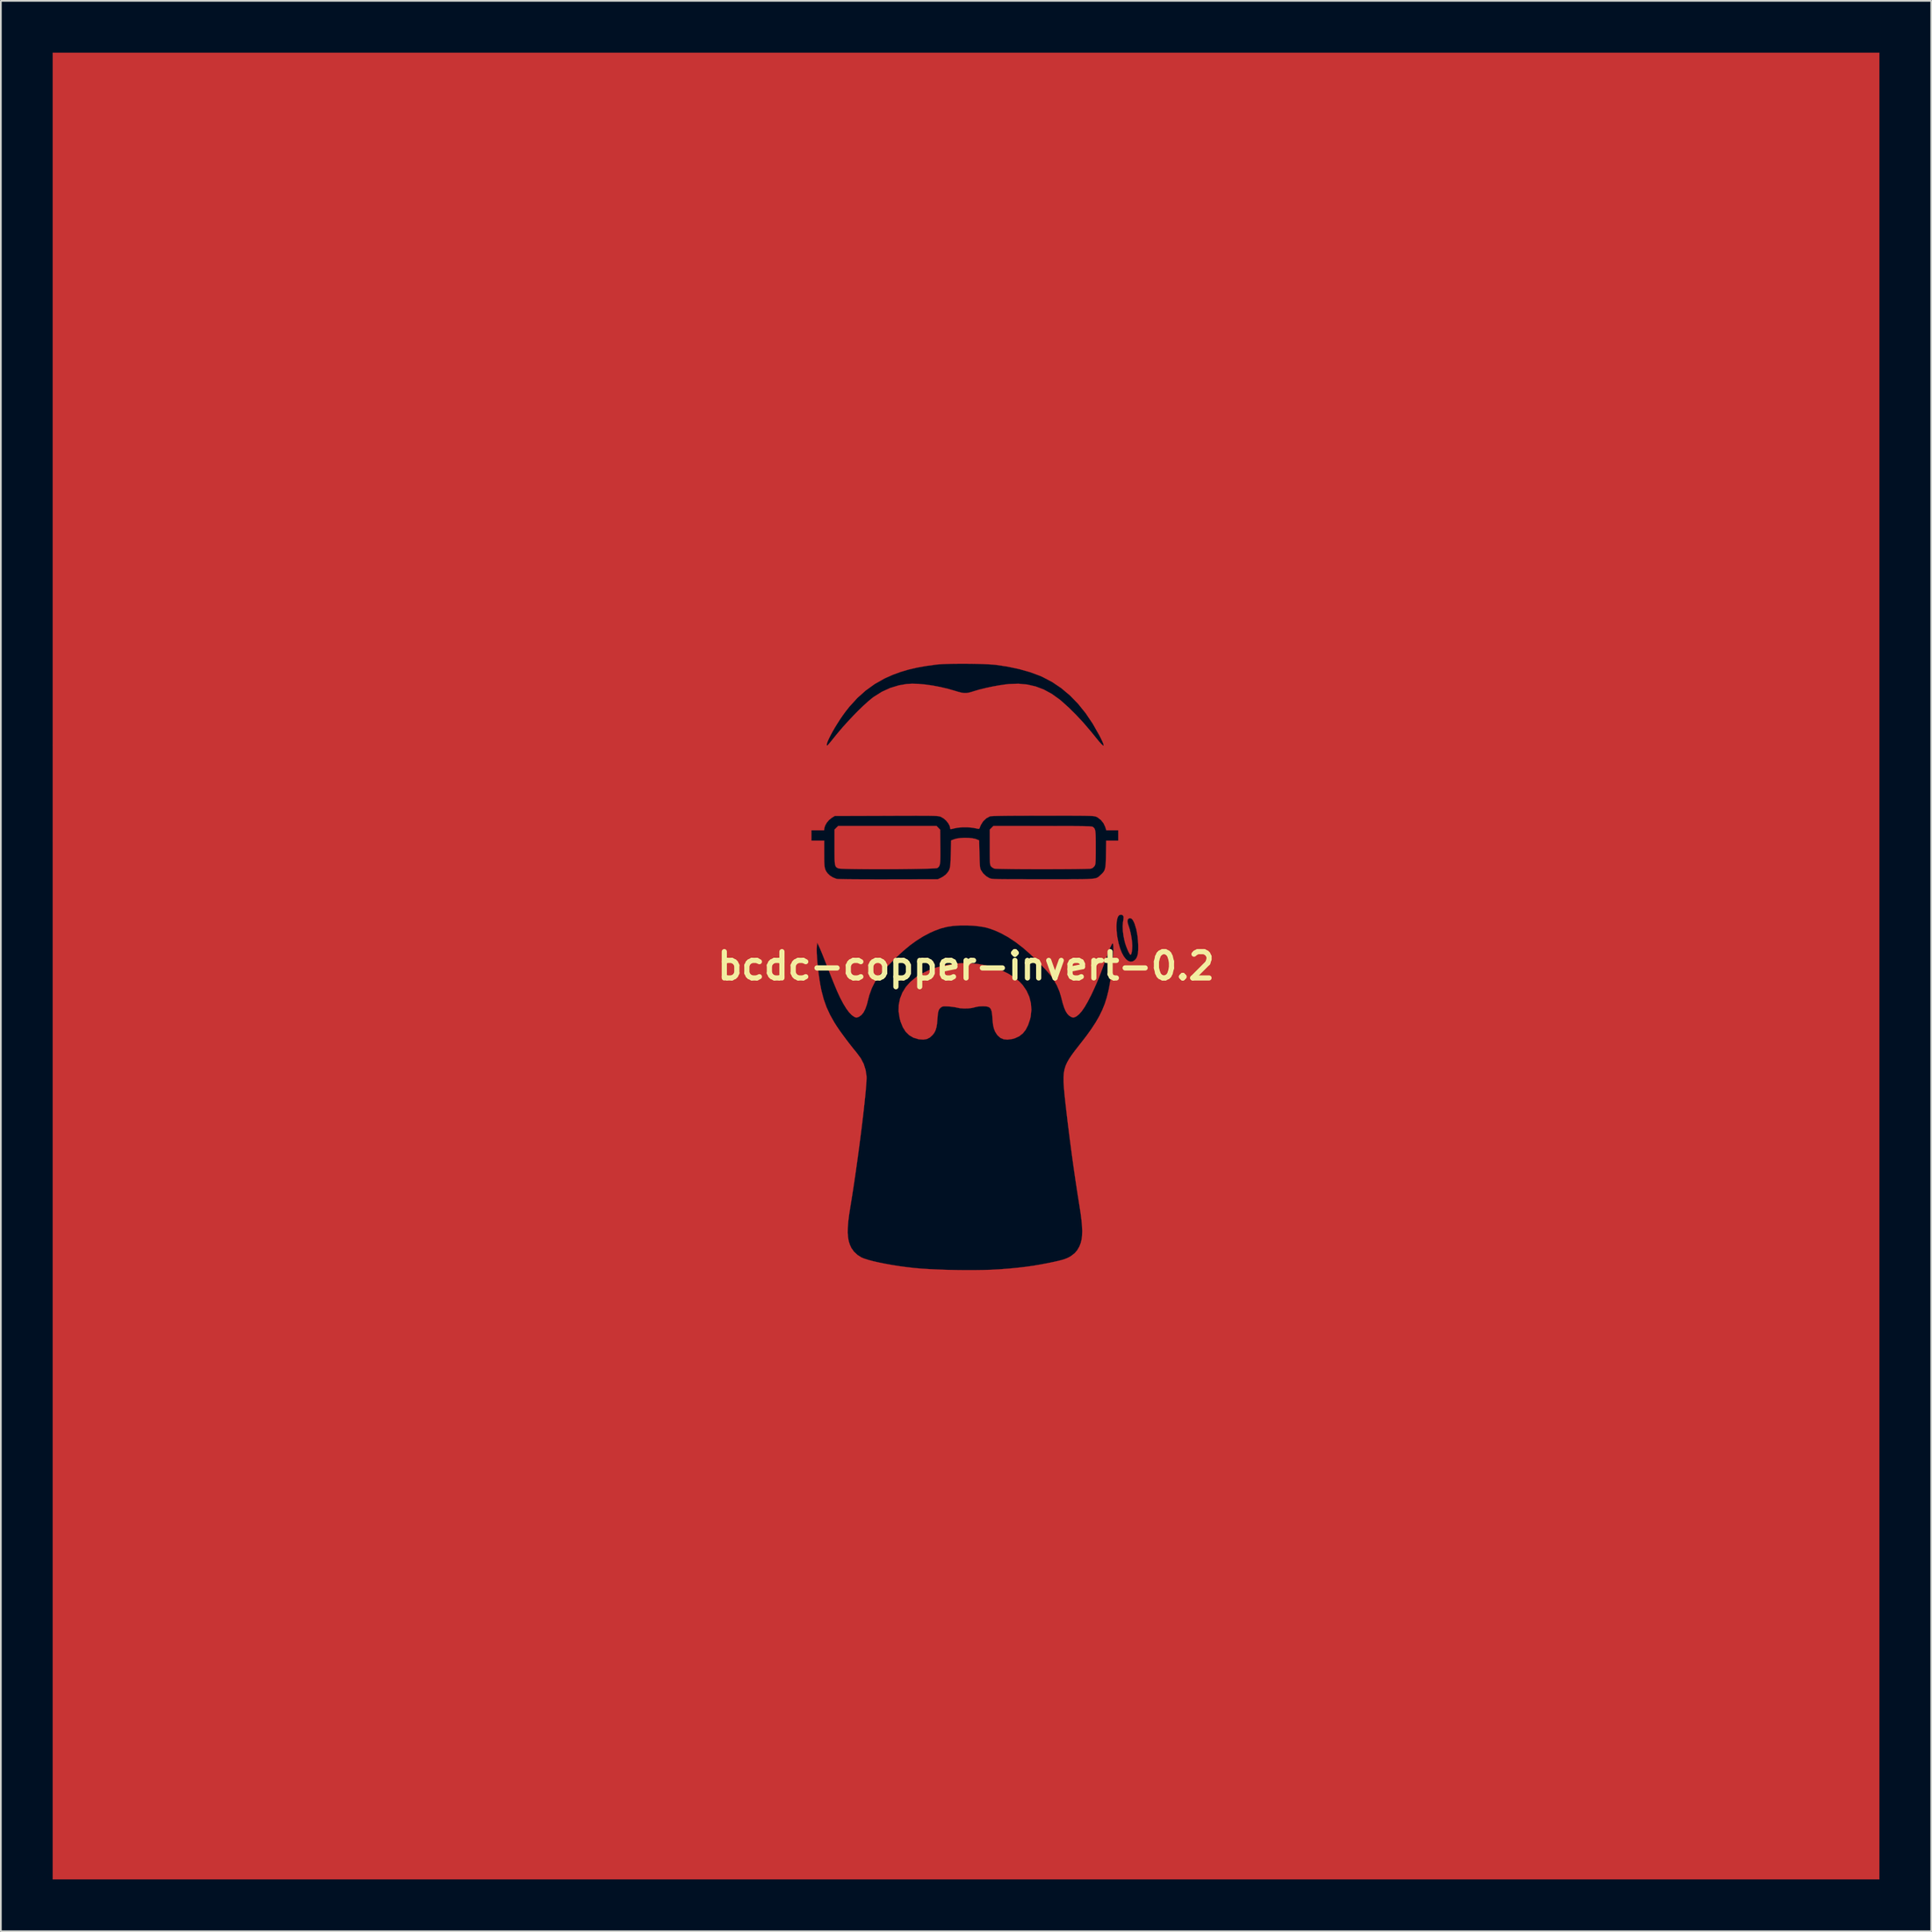
<source format=kicad_pcb>
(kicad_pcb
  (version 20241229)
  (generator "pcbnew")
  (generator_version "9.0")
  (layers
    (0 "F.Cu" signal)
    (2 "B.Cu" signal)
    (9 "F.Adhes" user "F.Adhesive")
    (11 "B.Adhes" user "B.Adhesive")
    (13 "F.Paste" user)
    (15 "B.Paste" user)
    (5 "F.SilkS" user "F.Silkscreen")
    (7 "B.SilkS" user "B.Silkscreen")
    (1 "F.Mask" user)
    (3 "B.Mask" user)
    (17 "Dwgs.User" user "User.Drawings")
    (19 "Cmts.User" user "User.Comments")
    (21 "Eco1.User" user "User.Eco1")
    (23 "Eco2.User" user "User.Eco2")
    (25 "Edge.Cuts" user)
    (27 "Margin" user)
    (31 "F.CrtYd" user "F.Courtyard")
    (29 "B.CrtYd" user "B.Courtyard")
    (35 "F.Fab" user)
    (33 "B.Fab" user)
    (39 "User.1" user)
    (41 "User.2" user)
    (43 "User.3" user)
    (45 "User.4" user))
  (footprint "bcdc-copper-invert-0.2"
    (layer "F.Cu")
    (at 52.922 52.922)
    (property "Reference" "bcdc-copper-invert-0.2" (at 0 0 0) (layer "F.SilkS") (effects (font (size 1.524 1.524) (thickness 0.3))))
    (attr through_hole)
    (fp_poly (pts (xy -1.603 -8.006) (xy -1.499 -7.898) (xy -1.489 -6.93) (xy -1.486 -6.616) (xy -1.486 -6.365) (xy -1.491 -6.168) (xy -1.5 -6.018) (xy -1.516 -5.906) (xy -1.539 -5.824) (xy -1.571 -5.765) (xy -1.613 -5.719) (xy -1.666 -5.68) (xy -1.667 -5.679) (xy -1.717 -5.669) (xy -1.831 -5.66) (xy -2.003 -5.651) (xy -2.226 -5.643) (xy -2.492 -5.636) (xy -2.796 -5.63) (xy -3.132 -5.624) (xy -3.491 -5.62) (xy -3.868 -5.616) (xy -4.257 -5.614) (xy -4.65 -5.612) (xy -5.041 -5.612) (xy -5.424 -5.612) (xy -5.792 -5.614) (xy -6.137 -5.617) (xy -6.455 -5.62) (xy -6.737 -5.625) (xy -6.978 -5.631) (xy -7.171 -5.638) (xy -7.309 -5.647) (xy -7.385 -5.656) (xy -7.395 -5.659) (xy -7.457 -5.688) (xy -7.506 -5.719) (xy -7.545 -5.76) (xy -7.573 -5.819) (xy -7.594 -5.903) (xy -7.607 -6.021) (xy -7.615 -6.18) (xy -7.619 -6.388) (xy -7.62 -6.653) (xy -7.62 -6.89) (xy -7.62 -7.908) (xy -7.517 -8.011) (xy -7.414 -8.114) (xy -1.707 -8.114) (xy -1.603 -8.006)) (stroke (width 0.01) (type solid)) (fill yes) (layer "F.Cu"))
    (fp_poly (pts (xy 4.433 -8.113) (xy 4.951 -8.113) (xy 5.402 -8.112) (xy 5.791 -8.112) (xy 6.125 -8.111) (xy 6.406 -8.109) (xy 6.639 -8.107) (xy 6.83 -8.104) (xy 6.982 -8.1) (xy 7.101 -8.096) (xy 7.191 -8.09) (xy 7.257 -8.083) (xy 7.303 -8.076) (xy 7.334 -8.066) (xy 7.354 -8.056) (xy 7.36 -8.051) (xy 7.404 -8.012) (xy 7.439 -7.97) (xy 7.465 -7.914) (xy 7.485 -7.838) (xy 7.498 -7.733) (xy 7.507 -7.591) (xy 7.512 -7.402) (xy 7.514 -7.159) (xy 7.514 -6.873) (xy 7.514 -6.584) (xy 7.512 -6.358) (xy 7.509 -6.185) (xy 7.504 -6.056) (xy 7.497 -5.962) (xy 7.486 -5.896) (xy 7.471 -5.847) (xy 7.452 -5.808) (xy 7.445 -5.797) (xy 7.342 -5.69) (xy 7.243 -5.647) (xy 7.184 -5.64) (xy 7.062 -5.635) (xy 6.883 -5.629) (xy 6.653 -5.625) (xy 6.38 -5.621) (xy 6.071 -5.618) (xy 5.732 -5.616) (xy 5.369 -5.614) (xy 4.991 -5.613) (xy 4.602 -5.612) (xy 4.211 -5.612) (xy 3.824 -5.613) (xy 3.447 -5.614) (xy 3.088 -5.616) (xy 2.753 -5.619) (xy 2.449 -5.623) (xy 2.183 -5.627) (xy 1.961 -5.631) (xy 1.791 -5.637) (xy 1.679 -5.643) (xy 1.634 -5.648) (xy 1.53 -5.701) (xy 1.449 -5.773) (xy 1.428 -5.803) (xy 1.411 -5.838) (xy 1.398 -5.886) (xy 1.389 -5.956) (xy 1.383 -6.056) (xy 1.379 -6.194) (xy 1.377 -6.378) (xy 1.376 -6.618) (xy 1.376 -6.887) (xy 1.376 -7.908) (xy 1.479 -8.011) (xy 1.582 -8.114) (xy 4.433 -8.113)) (stroke (width 0.01) (type solid)) (fill yes) (layer "F.Cu"))
    (fp_poly (pts (xy 0.214 -0.164) (xy 0.693 -0.119) (xy 1.164 -0.033) (xy 1.619 0.091) (xy 2.049 0.25) (xy 2.444 0.44) (xy 2.795 0.66) (xy 3.095 0.904) (xy 3.284 1.107) (xy 3.505 1.432) (xy 3.664 1.784) (xy 3.757 2.155) (xy 3.785 2.537) (xy 3.745 2.922) (xy 3.706 3.088) (xy 3.594 3.421) (xy 3.455 3.692) (xy 3.286 3.906) (xy 3.081 4.066) (xy 2.836 4.179) (xy 2.653 4.229) (xy 2.395 4.262) (xy 2.177 4.24) (xy 1.993 4.162) (xy 1.836 4.025) (xy 1.781 3.955) (xy 1.685 3.8) (xy 1.615 3.626) (xy 1.568 3.42) (xy 1.539 3.165) (xy 1.532 3.069) (xy 1.513 2.821) (xy 1.485 2.634) (xy 1.44 2.501) (xy 1.373 2.413) (xy 1.276 2.36) (xy 1.144 2.335) (xy 0.97 2.328) (xy 0.778 2.337) (xy 0.611 2.361) (xy 0.525 2.384) (xy 0.338 2.43) (xy 0.111 2.456) (xy -0.129 2.46) (xy -0.355 2.443) (xy -0.494 2.415) (xy -0.642 2.384) (xy -0.825 2.358) (xy -1.008 2.341) (xy -1.042 2.339) (xy -1.198 2.333) (xy -1.302 2.336) (xy -1.372 2.35) (xy -1.427 2.378) (xy -1.459 2.401) (xy -1.523 2.46) (xy -1.57 2.53) (xy -1.604 2.623) (xy -1.629 2.752) (xy -1.648 2.929) (xy -1.66 3.087) (xy -1.683 3.35) (xy -1.718 3.557) (xy -1.769 3.724) (xy -1.839 3.863) (xy -1.931 3.987) (xy -2.091 4.136) (xy -2.269 4.226) (xy -2.476 4.261) (xy -2.721 4.242) (xy -2.777 4.231) (xy -3.057 4.145) (xy -3.296 4.004) (xy -3.497 3.806) (xy -3.66 3.549) (xy -3.788 3.233) (xy -3.844 3.032) (xy -3.906 2.635) (xy -3.899 2.252) (xy -3.822 1.879) (xy -3.684 1.531) (xy -3.49 1.217) (xy -3.235 0.928) (xy -2.923 0.667) (xy -2.56 0.437) (xy -2.151 0.239) (xy -1.701 0.078) (xy -1.215 -0.046) (xy -0.698 -0.129) (xy -0.265 -0.165) (xy 0.214 -0.164)) (stroke (width 0.01) (type solid)) (fill yes) (layer "F.Cu"))
    (fp_poly (pts (xy 52.917 52.917) (xy -52.917 52.917) (xy -52.917 -0.979) (xy -8.654 -0.979) (xy -8.65 -0.754) (xy -8.636 -0.485) (xy -8.611 -0.184) (xy -8.579 0.136) (xy -8.539 0.464) (xy -8.494 0.787) (xy -8.444 1.093) (xy -8.391 1.368) (xy -8.374 1.444) (xy -8.247 1.927) (xy -8.086 2.38) (xy -7.884 2.82) (xy -7.633 3.267) (xy -7.478 3.51) (xy -7.334 3.722) (xy -7.155 3.97) (xy -6.956 4.239) (xy -6.747 4.513) (xy -6.541 4.774) (xy -6.351 5.007) (xy -6.33 5.033) (xy -6.097 5.349) (xy -5.929 5.674) (xy -5.821 6.019) (xy -5.768 6.371) (xy -5.765 6.497) (xy -5.773 6.688) (xy -5.79 6.938) (xy -5.815 7.24) (xy -5.849 7.59) (xy -5.89 7.982) (xy -5.937 8.41) (xy -5.991 8.869) (xy -6.049 9.353) (xy -6.113 9.857) (xy -6.18 10.374) (xy -6.25 10.9) (xy -6.323 11.429) (xy -6.397 11.956) (xy -6.473 12.473) (xy -6.549 12.977) (xy -6.625 13.462) (xy -6.7 13.922) (xy -6.708 13.97) (xy -6.778 14.423) (xy -6.827 14.816) (xy -6.853 15.157) (xy -6.858 15.452) (xy -6.839 15.71) (xy -6.799 15.937) (xy -6.735 16.142) (xy -6.648 16.331) (xy -6.643 16.34) (xy -6.494 16.55) (xy -6.293 16.737) (xy -6.07 16.879) (xy -5.902 16.949) (xy -5.673 17.023) (xy -5.391 17.098) (xy -5.064 17.173) (xy -4.701 17.246) (xy -4.311 17.316) (xy -3.902 17.381) (xy -3.483 17.439) (xy -3.063 17.488) (xy -2.963 17.498) (xy -2.57 17.532) (xy -2.12 17.56) (xy -1.628 17.583) (xy -1.106 17.601) (xy -0.569 17.612) (xy -0.03 17.618) (xy 0.496 17.617) (xy 0.997 17.61) (xy 1.458 17.596) (xy 1.865 17.575) (xy 1.94 17.57) (xy 2.492 17.528) (xy 2.99 17.48) (xy 3.452 17.426) (xy 3.894 17.363) (xy 4.334 17.289) (xy 4.789 17.202) (xy 4.815 17.197) (xy 5.126 17.131) (xy 5.378 17.074) (xy 5.581 17.02) (xy 5.745 16.967) (xy 5.881 16.912) (xy 5.999 16.851) (xy 6.096 16.791) (xy 6.289 16.642) (xy 6.435 16.476) (xy 6.556 16.269) (xy 6.579 16.218) (xy 6.647 16.042) (xy 6.695 15.846) (xy 6.723 15.625) (xy 6.732 15.371) (xy 6.721 15.077) (xy 6.691 14.737) (xy 6.641 14.343) (xy 6.571 13.889) (xy 6.567 13.864) (xy 6.455 13.161) (xy 6.34 12.404) (xy 6.225 11.608) (xy 6.112 10.79) (xy 6.004 9.964) (xy 5.901 9.148) (xy 5.807 8.357) (xy 5.748 7.832) (xy 5.703 7.406) (xy 5.67 7.041) (xy 5.65 6.727) (xy 5.648 6.454) (xy 5.664 6.213) (xy 5.702 5.995) (xy 5.765 5.789) (xy 5.854 5.587) (xy 5.973 5.378) (xy 6.123 5.154) (xy 6.307 4.904) (xy 6.529 4.62) (xy 6.63 4.492) (xy 6.973 4.048) (xy 7.266 3.64) (xy 7.514 3.259) (xy 7.722 2.896) (xy 7.895 2.541) (xy 8.038 2.186) (xy 8.154 1.821) (xy 8.25 1.437) (xy 8.27 1.341) (xy 8.321 1.073) (xy 8.369 0.78) (xy 8.412 0.472) (xy 8.451 0.16) (xy 8.484 -0.147) (xy 8.51 -0.438) (xy 8.528 -0.703) (xy 8.538 -0.931) (xy 8.537 -1.113) (xy 8.525 -1.238) (xy 8.521 -1.256) (xy 8.506 -1.309) (xy 8.489 -1.323) (xy 8.462 -1.288) (xy 8.415 -1.2) (xy 8.397 -1.164) (xy 8.353 -1.067) (xy 8.292 -0.918) (xy 8.219 -0.733) (xy 8.142 -0.527) (xy 8.079 -0.353) (xy 7.928 0.065) (xy 7.792 0.428) (xy 7.665 0.75) (xy 7.541 1.045) (xy 7.416 1.326) (xy 7.284 1.607) (xy 7.232 1.714) (xy 7.043 2.078) (xy 6.869 2.377) (xy 6.706 2.613) (xy 6.552 2.789) (xy 6.406 2.907) (xy 6.322 2.952) (xy 6.235 2.98) (xy 6.163 2.975) (xy 6.08 2.941) (xy 5.964 2.867) (xy 5.861 2.758) (xy 5.769 2.608) (xy 5.684 2.41) (xy 5.602 2.156) (xy 5.521 1.839) (xy 5.507 1.782) (xy 5.411 1.466) (xy 5.269 1.135) (xy 5.093 0.816) (xy 4.934 0.582) (xy 4.851 0.48) (xy 4.73 0.34) (xy 4.58 0.175) (xy 4.413 -0.003) (xy 4.241 -0.182) (xy 4.217 -0.207) (xy 3.748 -0.665) (xy 3.297 -1.061) (xy 2.859 -1.398) (xy 2.43 -1.68) (xy 2.02 -1.904) (xy 1.692 -2.053) (xy 1.384 -2.167) (xy 1.077 -2.25) (xy 0.751 -2.306) (xy 0.67 -2.314) (xy 8.715 -2.314) (xy 8.722 -2.059) (xy 8.749 -1.785) (xy 8.766 -1.67) (xy 8.835 -1.33) (xy 8.921 -1.029) (xy 9.023 -0.771) (xy 9.137 -0.561) (xy 9.261 -0.402) (xy 9.391 -0.298) (xy 9.524 -0.253) (xy 9.658 -0.271) (xy 9.769 -0.338) (xy 9.855 -0.433) (xy 9.917 -0.557) (xy 9.957 -0.719) (xy 9.976 -0.929) (xy 9.977 -1.195) (xy 9.973 -1.304) (xy 9.937 -1.739) (xy 9.868 -2.12) (xy 9.764 -2.455) (xy 9.724 -2.549) (xy 9.646 -2.69) (xy 9.565 -2.764) (xy 9.476 -2.774) (xy 9.42 -2.752) (xy 9.362 -2.683) (xy 9.353 -2.563) (xy 9.395 -2.395) (xy 9.418 -2.33) (xy 9.48 -2.14) (xy 9.537 -1.905) (xy 9.585 -1.651) (xy 9.617 -1.405) (xy 9.631 -1.193) (xy 9.631 -1.176) (xy 9.624 -1.003) (xy 9.608 -0.852) (xy 9.584 -0.736) (xy 9.554 -0.666) (xy 9.522 -0.654) (xy 9.475 -0.71) (xy 9.415 -0.817) (xy 9.349 -0.963) (xy 9.283 -1.13) (xy 9.224 -1.304) (xy 9.188 -1.434) (xy 9.124 -1.738) (xy 9.085 -2.036) (xy 9.074 -2.309) (xy 9.092 -2.54) (xy 9.1 -2.587) (xy 9.12 -2.713) (xy 9.127 -2.822) (xy 9.123 -2.874) (xy 9.073 -2.949) (xy 8.987 -2.979) (xy 8.889 -2.958) (xy 8.868 -2.946) (xy 8.804 -2.866) (xy 8.756 -2.727) (xy 8.726 -2.54) (xy 8.715 -2.314) (xy 0.67 -2.314) (xy 0.388 -2.34) (xy 0.106 -2.353) (xy -0.347 -2.354) (xy -0.751 -2.327) (xy -1.122 -2.269) (xy -1.477 -2.175) (xy -1.832 -2.044) (xy -2.099 -1.923) (xy -2.49 -1.716) (xy -2.873 -1.476) (xy -3.255 -1.197) (xy -3.645 -0.872) (xy -4.053 -0.495) (xy -4.316 -0.233) (xy -4.491 -0.053) (xy -4.661 0.125) (xy -4.814 0.292) (xy -4.941 0.434) (xy -5.032 0.541) (xy -5.05 0.564) (xy -5.27 0.899) (xy -5.458 1.277) (xy -5.604 1.675) (xy -5.665 1.906) (xy -5.747 2.229) (xy -5.838 2.486) (xy -5.94 2.685) (xy -6.057 2.831) (xy -6.191 2.929) (xy -6.237 2.951) (xy -6.324 2.98) (xy -6.397 2.975) (xy -6.476 2.942) (xy -6.62 2.843) (xy -6.777 2.68) (xy -6.943 2.456) (xy -7.114 2.176) (xy -7.289 1.845) (xy -7.443 1.515) (xy -7.515 1.347) (xy -7.606 1.128) (xy -7.71 0.874) (xy -7.821 0.598) (xy -7.932 0.316) (xy -8.023 0.082) (xy -8.123 -0.176) (xy -8.222 -0.425) (xy -8.313 -0.655) (xy -8.394 -0.852) (xy -8.459 -1.008) (xy -8.504 -1.108) (xy -8.505 -1.111) (xy -8.622 -1.358) (xy -8.646 -1.147) (xy -8.654 -0.979) (xy -52.917 -0.979) (xy -52.917 -7.867) (xy -8.961 -7.867) (xy -8.961 -7.267) (xy -8.22 -7.267) (xy -8.22 -6.508) (xy -8.219 -6.232) (xy -8.215 -6.016) (xy -8.205 -5.849) (xy -8.189 -5.72) (xy -8.164 -5.618) (xy -8.129 -5.532) (xy -8.081 -5.452) (xy -8.023 -5.374) (xy -7.892 -5.246) (xy -7.718 -5.136) (xy -7.529 -5.06) (xy -7.474 -5.047) (xy -7.415 -5.042) (xy -7.291 -5.038) (xy -7.108 -5.034) (xy -6.872 -5.03) (xy -6.587 -5.027) (xy -6.26 -5.025) (xy -5.897 -5.023) (xy -5.502 -5.022) (xy -5.083 -5.021) (xy -4.643 -5.021) (xy -4.48 -5.022) (xy -1.64 -5.027) (xy -1.456 -5.111) (xy -1.323 -5.187) (xy -1.194 -5.285) (xy -1.143 -5.335) (xy -1.07 -5.42) (xy -1.013 -5.498) (xy -0.971 -5.582) (xy -0.939 -5.681) (xy -0.918 -5.806) (xy -0.903 -5.968) (xy -0.893 -6.176) (xy -0.885 -6.443) (xy -0.883 -6.506) (xy -0.864 -7.28) (xy -0.67 -7.353) (xy -0.51 -7.394) (xy -0.305 -7.419) (xy -0.076 -7.43) (xy 0.155 -7.424) (xy 0.367 -7.404) (xy 0.539 -7.368) (xy 0.582 -7.353) (xy 0.758 -7.283) (xy 0.776 -6.49) (xy 0.783 -6.226) (xy 0.79 -6.023) (xy 0.798 -5.87) (xy 0.808 -5.757) (xy 0.822 -5.674) (xy 0.84 -5.611) (xy 0.862 -5.56) (xy 0.991 -5.368) (xy 1.168 -5.204) (xy 1.337 -5.102) (xy 1.367 -5.089) (xy 1.398 -5.077) (xy 1.435 -5.067) (xy 1.483 -5.058) (xy 1.546 -5.051) (xy 1.629 -5.045) (xy 1.737 -5.04) (xy 1.874 -5.036) (xy 2.045 -5.033) (xy 2.256 -5.031) (xy 2.51 -5.029) (xy 2.812 -5.028) (xy 3.167 -5.028) (xy 3.581 -5.027) (xy 4.056 -5.027) (xy 4.445 -5.027) (xy 4.98 -5.027) (xy 5.45 -5.027) (xy 5.859 -5.027) (xy 6.211 -5.028) (xy 6.511 -5.03) (xy 6.764 -5.033) (xy 6.975 -5.038) (xy 7.148 -5.046) (xy 7.288 -5.056) (xy 7.399 -5.068) (xy 7.487 -5.084) (xy 7.556 -5.103) (xy 7.611 -5.127) (xy 7.657 -5.154) (xy 7.697 -5.186) (xy 7.738 -5.223) (xy 7.783 -5.266) (xy 7.8 -5.281) (xy 7.889 -5.365) (xy 7.958 -5.443) (xy 8.01 -5.525) (xy 8.048 -5.622) (xy 8.073 -5.744) (xy 8.09 -5.901) (xy 8.1 -6.105) (xy 8.106 -6.364) (xy 8.107 -6.482) (xy 8.119 -7.267) (xy 8.819 -7.267) (xy 8.819 -7.867) (xy 8.127 -7.867) (xy 8.064 -8.065) (xy 7.965 -8.276) (xy 7.814 -8.463) (xy 7.628 -8.607) (xy 7.566 -8.64) (xy 7.537 -8.653) (xy 7.506 -8.664) (xy 7.469 -8.674) (xy 7.421 -8.683) (xy 7.357 -8.69) (xy 7.273 -8.696) (xy 7.163 -8.701) (xy 7.024 -8.705) (xy 6.85 -8.708) (xy 6.637 -8.71) (xy 6.38 -8.711) (xy 6.075 -8.713) (xy 5.716 -8.713) (xy 5.299 -8.713) (xy 4.82 -8.714) (xy 4.448 -8.714) (xy 3.832 -8.713) (xy 3.286 -8.712) (xy 2.81 -8.71) (xy 2.403 -8.707) (xy 2.065 -8.703) (xy 1.795 -8.698) (xy 1.594 -8.692) (xy 1.459 -8.685) (xy 1.392 -8.678) (xy 1.387 -8.676) (xy 1.169 -8.558) (xy 0.988 -8.386) (xy 0.854 -8.17) (xy 0.813 -8.067) (xy 0.78 -7.981) (xy 0.744 -7.949) (xy 0.687 -7.954) (xy 0.675 -7.957) (xy 0.402 -8.011) (xy 0.097 -8.039) (xy -0.213 -8.039) (xy -0.502 -8.013) (xy -0.679 -7.977) (xy -0.804 -7.946) (xy -0.875 -7.933) (xy -0.908 -7.94) (xy -0.917 -7.964) (xy -0.917 -7.975) (xy -0.947 -8.117) (xy -1.029 -8.271) (xy -1.148 -8.421) (xy -1.293 -8.55) (xy -1.446 -8.639) (xy -1.477 -8.653) (xy -1.51 -8.664) (xy -1.548 -8.674) (xy -1.595 -8.683) (xy -1.658 -8.69) (xy -1.739 -8.696) (xy -1.845 -8.701) (xy -1.98 -8.704) (xy -2.148 -8.707) (xy -2.354 -8.709) (xy -2.603 -8.709) (xy -2.899 -8.71) (xy -3.248 -8.709) (xy -3.653 -8.708) (xy -4.12 -8.707) (xy -4.614 -8.705) (xy -7.608 -8.696) (xy -7.782 -8.589) (xy -7.935 -8.467) (xy -8.068 -8.31) (xy -8.165 -8.14) (xy -8.207 -8.004) (xy -8.229 -7.867) (xy -8.961 -7.867) (xy -52.917 -7.867) (xy -52.917 -12.8) (xy -8.074 -12.8) (xy -8.048 -12.771) (xy -8.047 -12.771) (xy -8.015 -12.797) (xy -7.949 -12.869) (xy -7.856 -12.978) (xy -7.747 -13.112) (xy -7.703 -13.167) (xy -7.437 -13.496) (xy -7.15 -13.832) (xy -6.851 -14.165) (xy -6.548 -14.488) (xy -6.249 -14.793) (xy -5.963 -15.07) (xy -5.697 -15.312) (xy -5.46 -15.51) (xy -5.336 -15.603) (xy -4.878 -15.89) (xy -4.397 -16.11) (xy -3.897 -16.262) (xy -3.447 -16.34) (xy -3.131 -16.358) (xy -2.765 -16.348) (xy -2.36 -16.311) (xy -1.931 -16.251) (xy -1.491 -16.167) (xy -1.053 -16.063) (xy -0.686 -15.958) (xy -0.456 -15.889) (xy -0.275 -15.842) (xy -0.125 -15.819) (xy 0.011 -15.818) (xy 0.15 -15.838) (xy 0.309 -15.88) (xy 0.463 -15.928) (xy 0.774 -16.02) (xy 1.132 -16.108) (xy 1.515 -16.19) (xy 1.898 -16.26) (xy 2.259 -16.313) (xy 2.498 -16.34) (xy 3.035 -16.357) (xy 3.547 -16.31) (xy 4.036 -16.198) (xy 4.506 -16.019) (xy 4.96 -15.773) (xy 5.401 -15.458) (xy 5.54 -15.343) (xy 5.963 -14.963) (xy 6.381 -14.548) (xy 6.804 -14.092) (xy 7.239 -13.583) (xy 7.518 -13.239) (xy 7.687 -13.032) (xy 7.818 -12.884) (xy 7.909 -12.795) (xy 7.962 -12.764) (xy 7.977 -12.793) (xy 7.953 -12.882) (xy 7.891 -13.029) (xy 7.791 -13.236) (xy 7.727 -13.36) (xy 7.344 -14.037) (xy 6.932 -14.649) (xy 6.489 -15.199) (xy 6.017 -15.684) (xy 5.514 -16.105) (xy 4.983 -16.462) (xy 4.421 -16.756) (xy 4.286 -16.815) (xy 3.715 -17.027) (xy 3.086 -17.205) (xy 2.401 -17.35) (xy 1.729 -17.451) (xy 1.528 -17.47) (xy 1.27 -17.486) (xy 0.968 -17.499) (xy 0.632 -17.509) (xy 0.276 -17.515) (xy -0.088 -17.518) (xy -0.449 -17.517) (xy -0.795 -17.513) (xy -1.113 -17.505) (xy -1.391 -17.494) (xy -1.617 -17.479) (xy -1.711 -17.469) (xy -2.308 -17.387) (xy -2.848 -17.291) (xy -3.341 -17.176) (xy -3.8 -17.04) (xy -4.235 -16.88) (xy -4.66 -16.692) (xy -4.745 -16.651) (xy -5.293 -16.341) (xy -5.811 -15.968) (xy -6.299 -15.532) (xy -6.754 -15.034) (xy -6.981 -14.747) (xy -7.145 -14.522) (xy -7.307 -14.285) (xy -7.462 -14.043) (xy -7.609 -13.803) (xy -7.741 -13.572) (xy -7.857 -13.357) (xy -7.952 -13.166) (xy -8.023 -13.004) (xy -8.064 -12.88) (xy -8.074 -12.8) (xy -52.917 -12.8) (xy -52.917 -52.917) (xy 52.917 -52.917) (xy 52.917 52.917)) (stroke (width 0.01) (type solid)) (fill yes) (layer "F.Cu")))
  (gr_rect
    (start -3 -3)
    (end 108.843 108.843)
    (stroke (width 0.1) (type default))
    (fill no)
    (layer "Edge.Cuts")))
</source>
